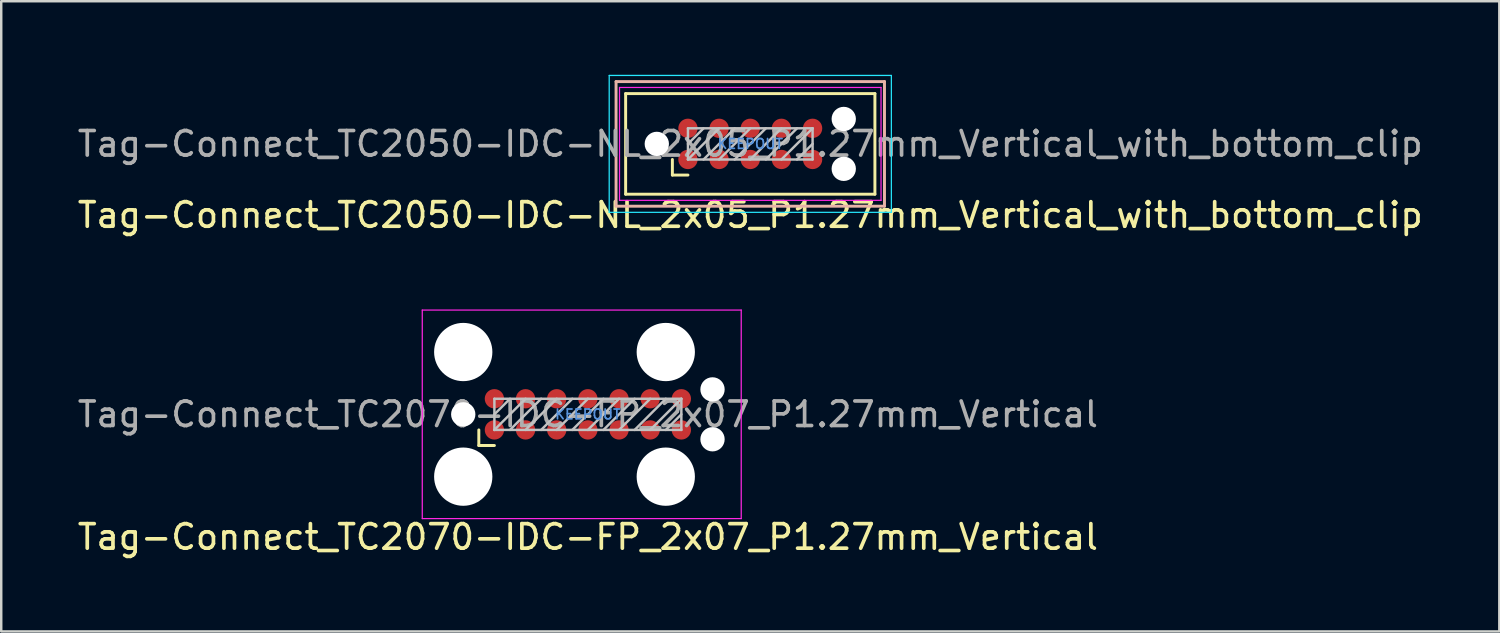
<source format=kicad_pcb>
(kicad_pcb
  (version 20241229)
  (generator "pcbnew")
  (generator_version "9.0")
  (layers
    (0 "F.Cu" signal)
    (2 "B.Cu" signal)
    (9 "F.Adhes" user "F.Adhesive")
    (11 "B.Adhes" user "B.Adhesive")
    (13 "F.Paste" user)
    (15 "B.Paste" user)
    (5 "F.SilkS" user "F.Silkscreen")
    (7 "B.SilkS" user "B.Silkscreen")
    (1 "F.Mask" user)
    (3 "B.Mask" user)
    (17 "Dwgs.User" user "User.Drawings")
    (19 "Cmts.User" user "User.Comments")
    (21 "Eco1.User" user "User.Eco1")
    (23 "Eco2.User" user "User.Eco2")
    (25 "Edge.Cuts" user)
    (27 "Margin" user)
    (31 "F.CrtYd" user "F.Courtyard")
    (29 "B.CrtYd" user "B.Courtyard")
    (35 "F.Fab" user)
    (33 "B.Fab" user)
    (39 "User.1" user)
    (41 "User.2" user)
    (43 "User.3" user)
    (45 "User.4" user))
  (footprint "Tag-Connect_TC2050-IDC-NL_2x05_P1.27mm_Vertical_with_bottom_clip"
    (layer "F.Cu")
    (at 27.53 2.815)
    (property "Reference" "Tag-Connect_TC2050-IDC-NL_2x05_P1.27mm_Vertical_with_bottom_clip" (at 0 2.9 0) (layer "F.SilkS") (effects (font (size 1 1) (thickness 0.15))))
    (attr exclude_from_pos_files exclude_from_bom)
    (fp_line (start -5.08 -2.05) (end 5.08 -2.05) (stroke (width 0.12) (type solid)) (layer "F.SilkS"))
    (fp_line (start -5.08 2.05) (end -5.08 -2.05) (stroke (width 0.12) (type solid)) (layer "F.SilkS"))
    (fp_line (start -3.175 1.27) (end -3.175 0.635) (stroke (width 0.12) (type solid)) (layer "F.SilkS"))
    (fp_line (start -2.54 1.27) (end -3.175 1.27) (stroke (width 0.12) (type solid)) (layer "F.SilkS"))
    (fp_line (start 5.08 -2.05) (end 5.08 2.05) (stroke (width 0.12) (type solid)) (layer "F.SilkS"))
    (fp_line (start 5.08 2.05) (end -5.08 2.05) (stroke (width 0.12) (type solid)) (layer "F.SilkS"))
    (fp_line (start -5.47 -2.54) (end 5.47 -2.54) (stroke (width 0.12) (type solid)) (layer "B.SilkS"))
    (fp_line (start -5.47 2.54) (end -5.47 -2.54) (stroke (width 0.12) (type solid)) (layer "B.SilkS"))
    (fp_line (start 5.47 -2.54) (end 5.47 2.54) (stroke (width 0.12) (type solid)) (layer "B.SilkS"))
    (fp_line (start 5.47 2.54) (end -5.47 2.54) (stroke (width 0.12) (type solid)) (layer "B.SilkS"))
    (fp_line (start -2.54 -0.635) (end 2.54 -0.635) (stroke (width 0.1) (type solid)) (layer "Dwgs.User"))
    (fp_line (start -2.54 0) (end -1.905 -0.635) (stroke (width 0.1) (type solid)) (layer "Dwgs.User"))
    (fp_line (start -2.54 0.635) (end -2.54 -0.635) (stroke (width 0.1) (type solid)) (layer "Dwgs.User"))
    (fp_line (start -2.54 0.635) (end -1.27 -0.635) (stroke (width 0.1) (type solid)) (layer "Dwgs.User"))
    (fp_line (start -1.905 0.635) (end -0.635 -0.635) (stroke (width 0.1) (type solid)) (layer "Dwgs.User"))
    (fp_line (start -1.27 0.635) (end 0 -0.635) (stroke (width 0.1) (type solid)) (layer "Dwgs.User"))
    (fp_line (start -0.635 0.635) (end 0.635 -0.635) (stroke (width 0.1) (type solid)) (layer "Dwgs.User"))
    (fp_line (start 0 0.635) (end 1.27 -0.635) (stroke (width 0.1) (type solid)) (layer "Dwgs.User"))
    (fp_line (start 0.635 0.635) (end 1.905 -0.635) (stroke (width 0.1) (type solid)) (layer "Dwgs.User"))
    (fp_line (start 1.27 0.635) (end 2.54 -0.635) (stroke (width 0.1) (type solid)) (layer "Dwgs.User"))
    (fp_line (start 1.905 0.635) (end 2.54 0) (stroke (width 0.1) (type solid)) (layer "Dwgs.User"))
    (fp_line (start 2.54 -0.635) (end 2.54 0.635) (stroke (width 0.1) (type solid)) (layer "Dwgs.User"))
    (fp_line (start 2.54 0.635) (end -2.54 0.635) (stroke (width 0.1) (type solid)) (layer "Dwgs.User"))
    (fp_line (start -5.75 -2.79) (end 5.75 -2.79) (stroke (width 0.05) (type solid)) (layer "B.CrtYd"))
    (fp_line (start -5.75 2.79) (end -5.75 -2.79) (stroke (width 0.05) (type solid)) (layer "B.CrtYd"))
    (fp_line (start 5.75 -2.79) (end 5.75 2.79) (stroke (width 0.05) (type solid)) (layer "B.CrtYd"))
    (fp_line (start 5.75 2.79) (end -5.75 2.79) (stroke (width 0.05) (type solid)) (layer "B.CrtYd"))
    (fp_line (start -5.33 -2.3) (end 5.33 -2.3) (stroke (width 0.05) (type solid)) (layer "F.CrtYd"))
    (fp_line (start -5.33 2.3) (end -5.33 -2.3) (stroke (width 0.05) (type solid)) (layer "F.CrtYd"))
    (fp_line (start 5.33 -2.3) (end 5.33 2.3) (stroke (width 0.05) (type solid)) (layer "F.CrtYd"))
    (fp_line (start 5.33 2.3) (end -5.33 2.3) (stroke (width 0.05) (type solid)) (layer "F.CrtYd"))
    (fp_text user "KEEPOUT" (at 0 0 0) (layer "Cmts.User") (effects (font (size 0.4 0.4) (thickness 0.07))))
    (fp_text user "${REFERENCE}" (at 0 0 0) (layer "F.Fab") (effects (font (size 1 1) (thickness 0.15))))
    (pad "" np_thru_hole circle (at -3.81 0) (size 0.991 0.991) (drill 0.991) (layers "*.Cu" "*.Mask"))
    (pad "" np_thru_hole circle (at 3.81 -1.016) (size 0.991 0.991) (drill 0.991) (layers "*.Cu" "*.Mask"))
    (pad "" np_thru_hole circle (at 3.81 1.016) (size 0.991 0.991) (drill 0.991) (layers "*.Cu" "*.Mask"))
    (pad "1" connect circle (at -2.54 0.635) (size 0.787 0.787) (layers "F.Cu" "F.Mask"))
    (pad "2" connect circle (at -1.27 0.635) (size 0.787 0.787) (layers "F.Cu" "F.Mask"))
    (pad "3" connect circle (at 0 0.635) (size 0.787 0.787) (layers "F.Cu" "F.Mask"))
    (pad "4" connect circle (at 1.27 0.635) (size 0.787 0.787) (layers "F.Cu" "F.Mask"))
    (pad "5" connect circle (at 2.54 0.635) (size 0.787 0.787) (layers "F.Cu" "F.Mask"))
    (pad "6" connect circle (at 2.54 -0.635) (size 0.787 0.787) (layers "F.Cu" "F.Mask"))
    (pad "7" connect circle (at 1.27 -0.635) (size 0.787 0.787) (layers "F.Cu" "F.Mask"))
    (pad "8" connect circle (at 0 -0.635) (size 0.787 0.787) (layers "F.Cu" "F.Mask"))
    (pad "9" connect circle (at -1.27 -0.635) (size 0.787 0.787) (layers "F.Cu" "F.Mask"))
    (pad "10" connect circle (at -2.54 -0.635) (size 0.787 0.787) (layers "F.Cu" "F.Mask")))
  (footprint "Tag-Connect_TC2070-IDC-FP_2x07_P1.27mm_Vertical"
    (layer "F.Cu")
    (at 20.911 13.838)
    (property "Reference" "Tag-Connect_TC2070-IDC-FP_2x07_P1.27mm_Vertical" (at 0 5 0) (layer "F.SilkS") (effects (font (size 1 1) (thickness 0.15))))
    (attr exclude_from_pos_files exclude_from_bom)
    (fp_line (start -4.445 0.635) (end -4.445 1.27) (stroke (width 0.12) (type solid)) (layer "F.SilkS"))
    (fp_line (start -4.445 1.27) (end -3.81 1.27) (stroke (width 0.12) (type solid)) (layer "F.SilkS"))
    (fp_line (start -3.81 -0.635) (end 3.81 -0.635) (stroke (width 0.1) (type solid)) (layer "Dwgs.User"))
    (fp_line (start -3.81 0) (end -3.175 -0.635) (stroke (width 0.1) (type solid)) (layer "Dwgs.User"))
    (fp_line (start -3.81 0.635) (end -3.81 -0.635) (stroke (width 0.1) (type solid)) (layer "Dwgs.User"))
    (fp_line (start -3.81 0.635) (end -2.54 -0.635) (stroke (width 0.1) (type solid)) (layer "Dwgs.User"))
    (fp_line (start -3.175 0.635) (end -1.905 -0.635) (stroke (width 0.1) (type solid)) (layer "Dwgs.User"))
    (fp_line (start -2.54 0.635) (end -1.27 -0.635) (stroke (width 0.1) (type solid)) (layer "Dwgs.User"))
    (fp_line (start -1.905 0.635) (end -0.635 -0.635) (stroke (width 0.1) (type solid)) (layer "Dwgs.User"))
    (fp_line (start -1.27 0.635) (end 0 -0.635) (stroke (width 0.1) (type solid)) (layer "Dwgs.User"))
    (fp_line (start -0.635 0.635) (end 0.635 -0.635) (stroke (width 0.1) (type solid)) (layer "Dwgs.User"))
    (fp_line (start 0 0.635) (end 1.27 -0.635) (stroke (width 0.1) (type solid)) (layer "Dwgs.User"))
    (fp_line (start 0.635 0.635) (end 1.905 -0.635) (stroke (width 0.1) (type solid)) (layer "Dwgs.User"))
    (fp_line (start 1.27 0.635) (end 2.54 -0.635) (stroke (width 0.1) (type solid)) (layer "Dwgs.User"))
    (fp_line (start 1.905 0.635) (end 3.175 -0.635) (stroke (width 0.1) (type solid)) (layer "Dwgs.User"))
    (fp_line (start 2.54 0.635) (end 3.81 -0.635) (stroke (width 0.1) (type solid)) (layer "Dwgs.User"))
    (fp_line (start 3.175 0.635) (end 3.81 0) (stroke (width 0.1) (type solid)) (layer "Dwgs.User"))
    (fp_line (start 3.81 -0.635) (end 3.81 0.635) (stroke (width 0.1) (type solid)) (layer "Dwgs.User"))
    (fp_line (start 3.81 0.635) (end -3.81 0.635) (stroke (width 0.1) (type solid)) (layer "Dwgs.User"))
    (fp_line (start -6.75 -4.25) (end -6.75 4.25) (stroke (width 0.05) (type solid)) (layer "F.CrtYd"))
    (fp_line (start -6.75 4.25) (end 6.25 4.25) (stroke (width 0.05) (type solid)) (layer "F.CrtYd"))
    (fp_line (start 6.25 -4.25) (end -6.75 -4.25) (stroke (width 0.05) (type solid)) (layer "F.CrtYd"))
    (fp_line (start 6.25 4.25) (end 6.25 -4.25) (stroke (width 0.05) (type solid)) (layer "F.CrtYd"))
    (fp_text user "KEEPOUT" (at 0 0 0) (layer "Cmts.User") (effects (font (size 0.4 0.4) (thickness 0.07))))
    (fp_text user "${REFERENCE}" (at 0 0 0) (layer "F.Fab") (effects (font (size 1 1) (thickness 0.15))))
    (pad "" np_thru_hole circle (at -5.08 -2.54) (size 2.375 2.375) (drill 2.375) (layers "*.Cu" "*.Mask"))
    (pad "" np_thru_hole circle (at -5.08 0) (size 0.991 0.991) (drill 0.991) (layers "*.Cu" "*.Mask"))
    (pad "" np_thru_hole circle (at -5.08 2.54) (size 2.375 2.375) (drill 2.375) (layers "*.Cu" "*.Mask"))
    (pad "" np_thru_hole circle (at 3.175 -2.54) (size 2.375 2.375) (drill 2.375) (layers "*.Cu" "*.Mask"))
    (pad "" np_thru_hole circle (at 3.175 2.54) (size 2.375 2.375) (drill 2.375) (layers "*.Cu" "*.Mask"))
    (pad "" np_thru_hole circle (at 5.08 -1.016) (size 0.991 0.991) (drill 0.991) (layers "*.Cu" "*.Mask"))
    (pad "" np_thru_hole circle (at 5.08 1.016) (size 0.991 0.991) (drill 0.991) (layers "*.Cu" "*.Mask"))
    (pad "1" connect circle (at -3.81 0.635) (size 0.787 0.787) (layers "F.Cu" "F.Mask"))
    (pad "2" connect circle (at -2.54 0.635) (size 0.787 0.787) (layers "F.Cu" "F.Mask"))
    (pad "3" connect circle (at -1.27 0.635) (size 0.787 0.787) (layers "F.Cu" "F.Mask"))
    (pad "4" connect circle (at 0 0.635) (size 0.787 0.787) (layers "F.Cu" "F.Mask"))
    (pad "5" connect circle (at 1.27 0.635) (size 0.787 0.787) (layers "F.Cu" "F.Mask"))
    (pad "6" connect circle (at 2.54 0.635) (size 0.787 0.787) (layers "F.Cu" "F.Mask"))
    (pad "7" connect circle (at 3.81 0.635) (size 0.787 0.787) (layers "F.Cu" "F.Mask"))
    (pad "8" connect circle (at 3.81 -0.635) (size 0.787 0.787) (layers "F.Cu" "F.Mask"))
    (pad "9" connect circle (at 2.54 -0.635) (size 0.787 0.787) (layers "F.Cu" "F.Mask"))
    (pad "10" connect circle (at 1.27 -0.635) (size 0.787 0.787) (layers "F.Cu" "F.Mask"))
    (pad "11" connect circle (at 0 -0.635) (size 0.787 0.787) (layers "F.Cu" "F.Mask"))
    (pad "12" connect circle (at -1.27 -0.635) (size 0.787 0.787) (layers "F.Cu" "F.Mask"))
    (pad "13" connect circle (at -2.54 -0.635) (size 0.787 0.787) (layers "F.Cu" "F.Mask"))
    (pad "14" connect circle (at -3.81 -0.635) (size 0.787 0.787) (layers "F.Cu" "F.Mask")))
  (gr_rect
    (start -3 -3)
    (end 58.06 22.686)
    (stroke (width 0.1) (type default))
    (fill no)
    (layer "Edge.Cuts")))
</source>
